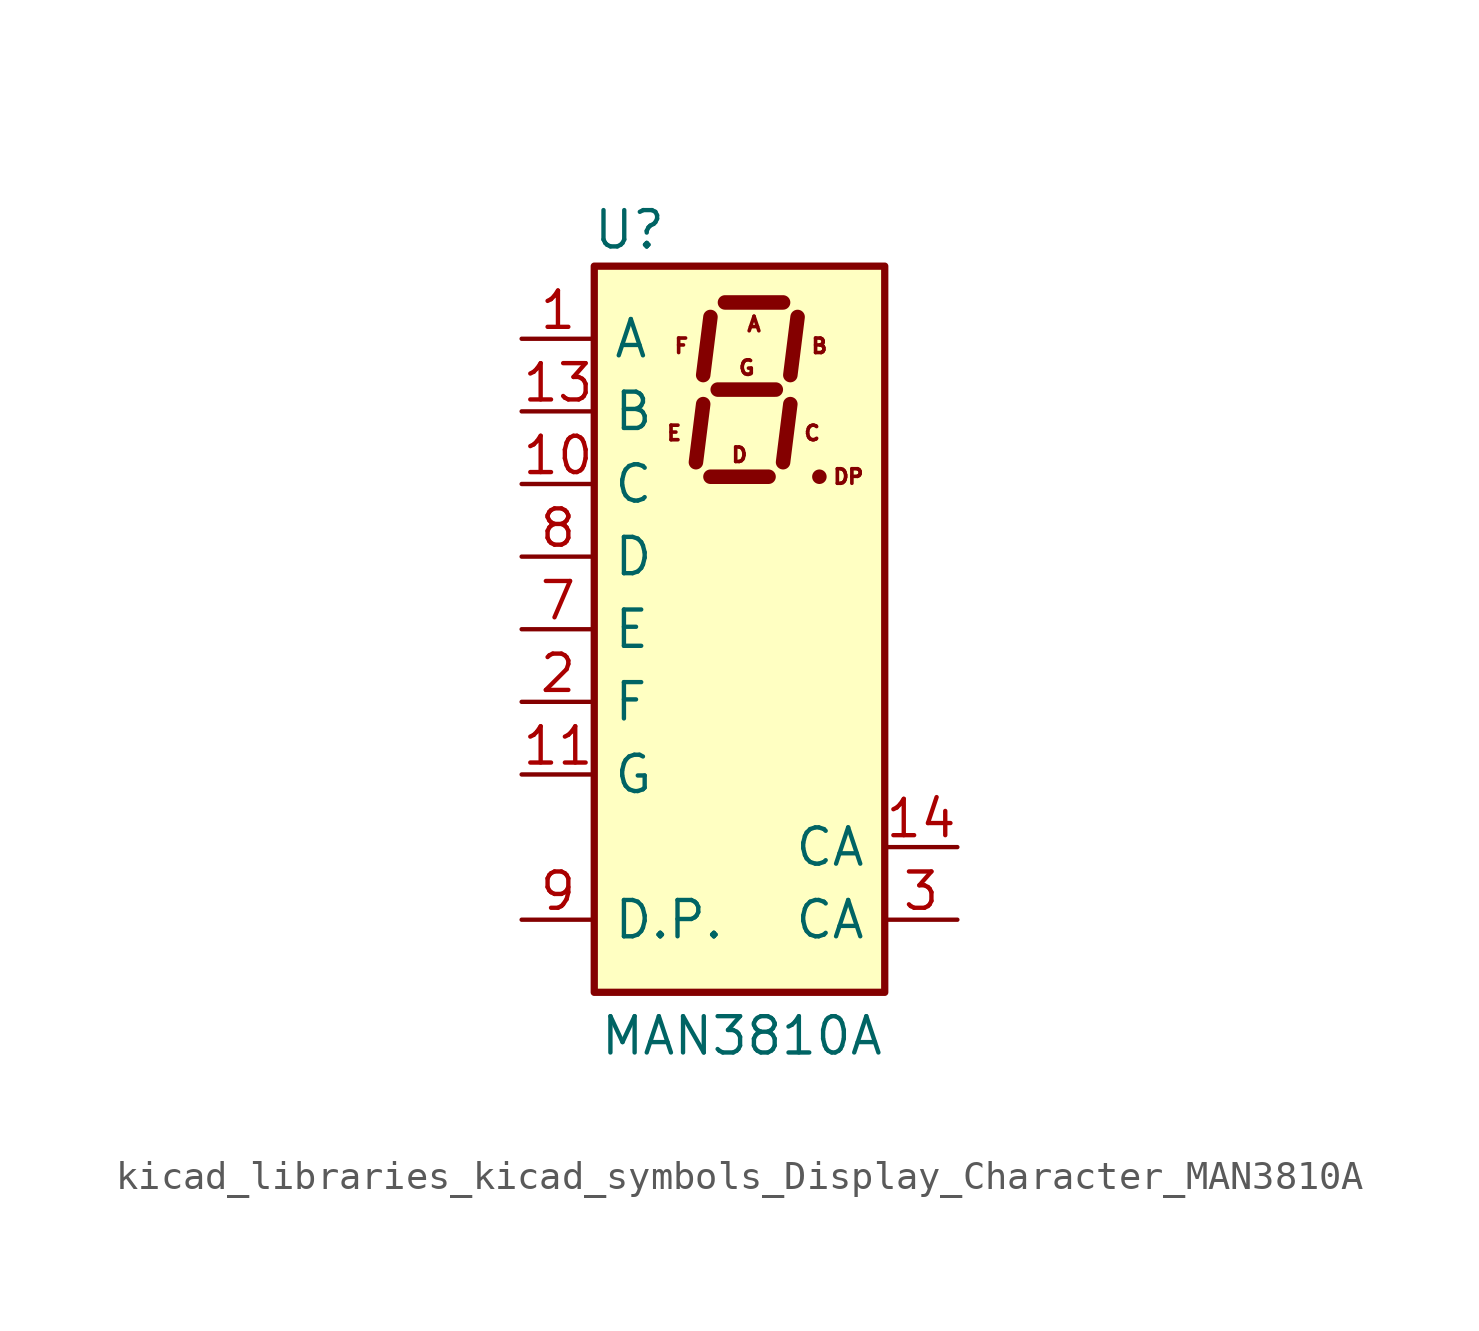
<source format=kicad_sym>
(kicad_symbol_lib
  (version 20220914)
  (generator kicad_symbol_editor)
  (symbol "kicad_libraries_kicad_symbols_Display_Character_MAN3810A"
    (pin_names
      (offset 0.635))
    (property "Reference" "U"
      (at -2.54 13.97 0)
      (effects (font (size 1.27 1.27)) (justify right)))
    (property "Value" "MAN3810A"
      (at 5.08 -14.224 0)
      (effects (font (size 1.27 1.27)) (justify right)))
    (symbol "kicad_libraries_kicad_symbols_Display_Character_MAN3810A_0_0"
      (text "A" (at 0.508 10.668 0) (effects (font (size 0.508 0.508))))
      (text "B" (at 2.794 9.906 0) (effects (font (size 0.508 0.508))))
      (text "C" (at 2.54 6.858 0) (effects (font (size 0.508 0.508))))
      (text "D" (at 0 6.096 0) (effects (font (size 0.508 0.508))))
      (text "DP" (at 3.81 5.334 0) (effects (font (size 0.508 0.508))))
      (text "E" (at -2.286 6.858 0) (effects (font (size 0.508 0.508))))
      (text "F" (at -2.032 9.906 0) (effects (font (size 0.508 0.508))))
      (text "G" (at 0.254 9.144 0) (effects (font (size 0.508 0.508)))))
    (symbol "kicad_libraries_kicad_symbols_Display_Character_MAN3810A_0_1"
      (rectangle (start -5.08 12.7) (end 5.08 -12.7) (stroke (width 0.254) (type default)) (fill (type background)))
      (polyline (pts (xy -1.27 7.874) (xy -1.524 5.842)) (stroke (width 0.508) (type default)) (fill (type none)))
      (polyline (pts (xy -1.016 5.334) (xy 1.016 5.334)) (stroke (width 0.508) (type default)) (fill (type none)))
      (polyline (pts (xy -1.016 10.922) (xy -1.27 8.89)) (stroke (width 0.508) (type default)) (fill (type none)))
      (polyline (pts (xy -0.762 8.382) (xy 1.27 8.382)) (stroke (width 0.508) (type default)) (fill (type none)))
      (polyline (pts (xy -0.508 11.43) (xy 1.524 11.43)) (stroke (width 0.508) (type default)) (fill (type none)))
      (polyline (pts (xy 1.778 7.874) (xy 1.524 5.842)) (stroke (width 0.508) (type default)) (fill (type none)))
      (polyline (pts (xy 2.032 10.922) (xy 1.778 8.89)) (stroke (width 0.508) (type default)) (fill (type none)))
      (polyline (pts (xy 2.794 5.334) (xy 2.794 5.334)) (stroke (width 0.508) (type default)) (fill (type none))))
    (symbol "kicad_libraries_kicad_symbols_Display_Character_MAN3810A_1_1"
      (pin input line (at -7.62 10.16 0) (length 2.54) (name "A" (effects (font (size 1.27 1.27)))) (number "1" (effects (font (size 1.27 1.27)))))
      (pin input line (at -7.62 5.08 0) (length 2.54) (name "C" (effects (font (size 1.27 1.27)))) (number "10" (effects (font (size 1.27 1.27)))))
      (pin input line (at -7.62 -5.08 0) (length 2.54) (name "G" (effects (font (size 1.27 1.27)))) (number "11" (effects (font (size 1.27 1.27)))))
      (pin no_connect line (at 5.08 -5.08 180) (length 2.54) hide (name "NC" (effects (font (size 1.27 1.27)))) (number "12" (effects (font (size 1.27 1.27)))))
      (pin input line (at -7.62 7.62 0) (length 2.54) (name "B" (effects (font (size 1.27 1.27)))) (number "13" (effects (font (size 1.27 1.27)))))
      (pin input line (at 7.62 -7.62 180) (length 2.54) (name "CA" (effects (font (size 1.27 1.27)))) (number "14" (effects (font (size 1.27 1.27)))))
      (pin input line (at -7.62 -2.54 0) (length 2.54) (name "F" (effects (font (size 1.27 1.27)))) (number "2" (effects (font (size 1.27 1.27)))))
      (pin input line (at 7.62 -10.16 180) (length 2.54) (name "CA" (effects (font (size 1.27 1.27)))) (number "3" (effects (font (size 1.27 1.27)))))
      (pin no_connect line (at 5.08 2.54 180) (length 2.54) hide (name "NC" (effects (font (size 1.27 1.27)))) (number "4" (effects (font (size 1.27 1.27)))))
      (pin no_connect line (at 5.08 0 180) (length 2.54) hide (name "NC" (effects (font (size 1.27 1.27)))) (number "5" (effects (font (size 1.27 1.27)))))
      (pin no_connect line (at 5.08 -2.54 180) (length 2.54) hide (name "NC" (effects (font (size 1.27 1.27)))) (number "6" (effects (font (size 1.27 1.27)))))
      (pin input line (at -7.62 0 0) (length 2.54) (name "E" (effects (font (size 1.27 1.27)))) (number "7" (effects (font (size 1.27 1.27)))))
      (pin input line (at -7.62 2.54 0) (length 2.54) (name "D" (effects (font (size 1.27 1.27)))) (number "8" (effects (font (size 1.27 1.27)))))
      (pin input line (at -7.62 -10.16 0) (length 2.54) (name "D.P." (effects (font (size 1.27 1.27)))) (number "9" (effects (font (size 1.27 1.27))))))))
</source>
